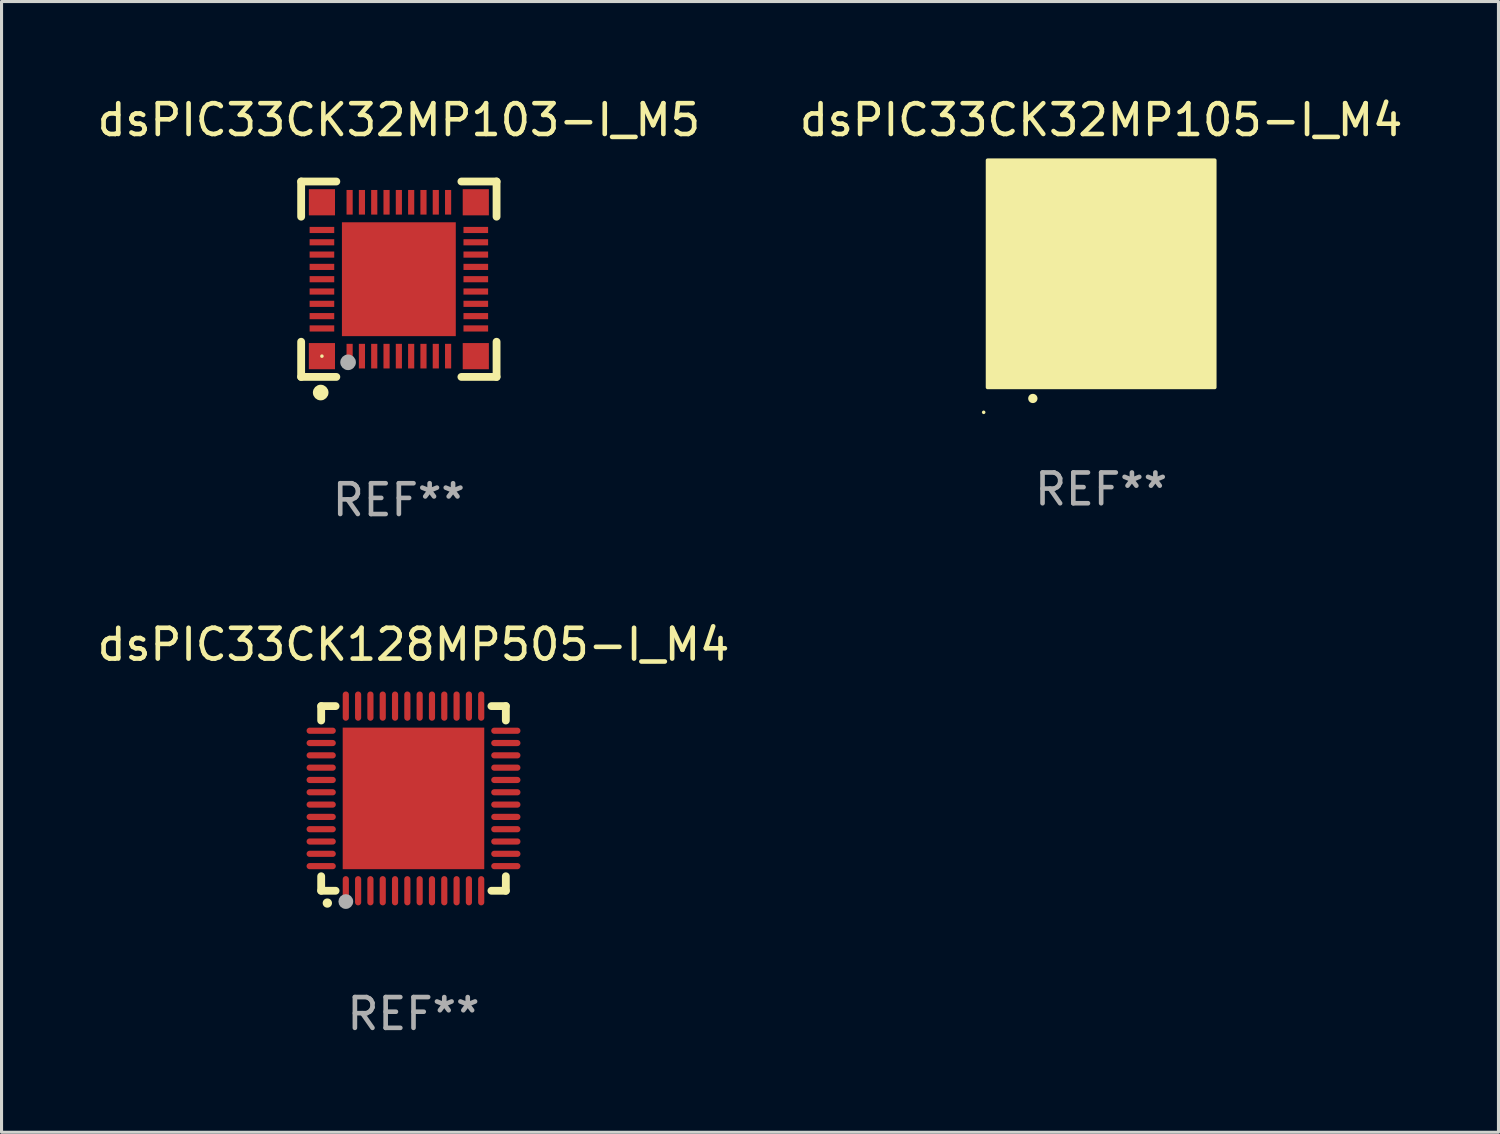
<source format=kicad_pcb>
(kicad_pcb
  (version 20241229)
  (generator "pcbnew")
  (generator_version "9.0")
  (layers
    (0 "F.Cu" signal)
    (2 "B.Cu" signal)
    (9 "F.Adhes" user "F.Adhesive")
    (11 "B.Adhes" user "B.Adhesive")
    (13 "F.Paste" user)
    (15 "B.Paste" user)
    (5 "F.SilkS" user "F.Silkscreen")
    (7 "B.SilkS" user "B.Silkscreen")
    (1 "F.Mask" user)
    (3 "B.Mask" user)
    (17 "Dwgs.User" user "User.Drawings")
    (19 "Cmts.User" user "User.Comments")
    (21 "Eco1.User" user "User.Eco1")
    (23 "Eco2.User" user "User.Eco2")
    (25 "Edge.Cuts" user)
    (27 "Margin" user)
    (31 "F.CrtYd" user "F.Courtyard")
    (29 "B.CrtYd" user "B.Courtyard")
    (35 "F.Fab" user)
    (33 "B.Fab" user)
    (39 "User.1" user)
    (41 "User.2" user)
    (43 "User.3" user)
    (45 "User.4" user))
  (footprint "dsPIC33CK32MP105-I_M4"
    (layer "F.Cu")
    (at 32.732 5.848)
    (property "Reference" "dsPIC33CK32MP105-I_M4" (at 0 -5 0) (layer "F.SilkS") (effects (font (size 1 1) (thickness 0.15))))
    (attr through_hole)
    (fp_arc (start -2.221158 4.050013) (mid -2.219888 4.050008) (end -2.218618 4.050013) (stroke (width 0.3) (type solid)) (layer "F.SilkS"))
    (fp_circle (center -3.817 4.5) (end -3.787 4.5) (stroke (width 0.06) (type solid)) (fill no) (layer "F.SilkS"))
    (fp_poly (pts (xy -3.69 -3.69) (xy 3.69 -3.69) (xy 3.69 3.69) (xy -3.69 3.69)) (stroke (width 0.12) (type solid)) (fill yes) (layer "F.SilkS"))
    (fp_text user "REF**" (at 0 7 0) (layer "F.Fab") (effects (font (size 1 1) (thickness 0.15))))
    (pad "1" smd oval (at -2.201 3) (size 0.2 0.95) (layers "F.Cu" "F.Mask" "F.Paste"))
    (pad "2" smd oval (at -1.8 3) (size 0.2 0.95) (layers "F.Cu" "F.Mask" "F.Paste"))
    (pad "3" smd oval (at -1.401 3) (size 0.2 0.95) (layers "F.Cu" "F.Mask" "F.Paste"))
    (pad "4" smd oval (at -0.999 3) (size 0.2 0.95) (layers "F.Cu" "F.Mask" "F.Paste"))
    (pad "5" smd oval (at -0.601 3) (size 0.2 0.95) (layers "F.Cu" "F.Mask" "F.Paste"))
    (pad "6" smd oval (at -0.199 3) (size 0.2 0.95) (layers "F.Cu" "F.Mask" "F.Paste"))
    (pad "7" smd oval (at 0.199 3) (size 0.2 0.95) (layers "F.Cu" "F.Mask" "F.Paste"))
    (pad "8" smd oval (at 0.601 3) (size 0.2 0.95) (layers "F.Cu" "F.Mask" "F.Paste"))
    (pad "9" smd oval (at 0.999 3) (size 0.2 0.95) (layers "F.Cu" "F.Mask" "F.Paste"))
    (pad "10" smd oval (at 1.401 3) (size 0.2 0.95) (layers "F.Cu" "F.Mask" "F.Paste"))
    (pad "11" smd oval (at 1.8 3) (size 0.2 0.95) (layers "F.Cu" "F.Mask" "F.Paste"))
    (pad "12" smd oval (at 2.201 3) (size 0.2 0.95) (layers "F.Cu" "F.Mask" "F.Paste"))
    (pad "13" smd oval (at 3 2.198 90) (size 0.2 0.95) (layers "F.Cu" "F.Mask" "F.Paste"))
    (pad "14" smd oval (at 3 1.8 90) (size 0.2 0.95) (layers "F.Cu" "F.Mask" "F.Paste"))
    (pad "15" smd oval (at 3 1.401 90) (size 0.2 0.95) (layers "F.Cu" "F.Mask" "F.Paste"))
    (pad "16" smd oval (at 3 0.999 90) (size 0.2 0.95) (layers "F.Cu" "F.Mask" "F.Paste"))
    (pad "17" smd oval (at 3 0.601 90) (size 0.2 0.95) (layers "F.Cu" "F.Mask" "F.Paste"))
    (pad "18" smd oval (at 3 0.199 90) (size 0.2 0.95) (layers "F.Cu" "F.Mask" "F.Paste"))
    (pad "19" smd oval (at 3 -0.199 90) (size 0.2 0.95) (layers "F.Cu" "F.Mask" "F.Paste"))
    (pad "20" smd oval (at 3 -0.601 90) (size 0.2 0.95) (layers "F.Cu" "F.Mask" "F.Paste"))
    (pad "21" smd oval (at 3 -0.999 90) (size 0.2 0.95) (layers "F.Cu" "F.Mask" "F.Paste"))
    (pad "22" smd oval (at 3 -1.401 90) (size 0.2 0.95) (layers "F.Cu" "F.Mask" "F.Paste"))
    (pad "23" smd oval (at 3 -1.8 90) (size 0.2 0.95) (layers "F.Cu" "F.Mask" "F.Paste"))
    (pad "24" smd oval (at 3 -2.201 90) (size 0.2 0.95) (layers "F.Cu" "F.Mask" "F.Paste"))
    (pad "25" smd oval (at 2.201 -3 180) (size 0.2 0.95) (layers "F.Cu" "F.Mask" "F.Paste"))
    (pad "26" smd oval (at 1.8 -3 180) (size 0.2 0.95) (layers "F.Cu" "F.Mask" "F.Paste"))
    (pad "27" smd oval (at 1.401 -3 180) (size 0.2 0.95) (layers "F.Cu" "F.Mask" "F.Paste"))
    (pad "28" smd oval (at 0.999 -3 180) (size 0.2 0.95) (layers "F.Cu" "F.Mask" "F.Paste"))
    (pad "29" smd oval (at 0.601 -3 180) (size 0.2 0.95) (layers "F.Cu" "F.Mask" "F.Paste"))
    (pad "30" smd oval (at 0.199 -3 180) (size 0.2 0.95) (layers "F.Cu" "F.Mask" "F.Paste"))
    (pad "31" smd oval (at -0.199 -3 180) (size 0.2 0.95) (layers "F.Cu" "F.Mask" "F.Paste"))
    (pad "32" smd oval (at -0.601 -3 180) (size 0.2 0.95) (layers "F.Cu" "F.Mask" "F.Paste"))
    (pad "33" smd oval (at -0.999 -3 180) (size 0.2 0.95) (layers "F.Cu" "F.Mask" "F.Paste"))
    (pad "34" smd oval (at -1.401 -3 180) (size 0.2 0.95) (layers "F.Cu" "F.Mask" "F.Paste"))
    (pad "35" smd oval (at -1.8 -3 180) (size 0.2 0.95) (layers "F.Cu" "F.Mask" "F.Paste"))
    (pad "36" smd oval (at -2.201 -3 180) (size 0.2 0.95) (layers "F.Cu" "F.Mask" "F.Paste"))
    (pad "37" smd oval (at -3 -2.201 270) (size 0.2 0.95) (layers "F.Cu" "F.Mask" "F.Paste"))
    (pad "38" smd oval (at -3 -1.8 270) (size 0.2 0.95) (layers "F.Cu" "F.Mask" "F.Paste"))
    (pad "39" smd oval (at -3 -1.401 270) (size 0.2 0.95) (layers "F.Cu" "F.Mask" "F.Paste"))
    (pad "40" smd oval (at -3 -0.999 270) (size 0.2 0.95) (layers "F.Cu" "F.Mask" "F.Paste"))
    (pad "41" smd oval (at -3 -0.601 270) (size 0.2 0.95) (layers "F.Cu" "F.Mask" "F.Paste"))
    (pad "42" smd oval (at -3 -0.199 270) (size 0.2 0.95) (layers "F.Cu" "F.Mask" "F.Paste"))
    (pad "43" smd oval (at -3 0.199 270) (size 0.2 0.95) (layers "F.Cu" "F.Mask" "F.Paste"))
    (pad "44" smd oval (at -3 0.601 270) (size 0.2 0.95) (layers "F.Cu" "F.Mask" "F.Paste"))
    (pad "45" smd oval (at -3 0.999 270) (size 0.2 0.95) (layers "F.Cu" "F.Mask" "F.Paste"))
    (pad "46" smd oval (at -3 1.401 270) (size 0.2 0.95) (layers "F.Cu" "F.Mask" "F.Paste"))
    (pad "47" smd oval (at -3 1.8 270) (size 0.2 0.95) (layers "F.Cu" "F.Mask" "F.Paste"))
    (pad "48" smd oval (at -3 2.198 270) (size 0.2 0.95) (layers "F.Cu" "F.Mask" "F.Paste"))
    (pad "49" smd rect (at -3 -3 90) (size 0.9 0.9) (layers "F.Cu" "F.Mask" "F.Paste"))
    (pad "49" smd rect (at -3 3 90) (size 0.9 0.9) (layers "F.Cu" "F.Mask" "F.Paste"))
    (pad "49" smd rect (at -0.001 -0.001 90) (size 4.6 4.6) (layers "F.Cu" "F.Mask" "F.Paste"))
    (pad "49" smd rect (at 3 -3 90) (size 0.9 0.9) (layers "F.Cu" "F.Mask" "F.Paste"))
    (pad "49" smd rect (at 3 3 90) (size 0.9 0.9) (layers "F.Cu" "F.Mask" "F.Paste")))
  (footprint "dsPIC33CK128MP505-I_M4"
    (layer "F.Cu")
    (at 10.387 22.895)
    (property "Reference" "dsPIC33CK128MP505-I_M4" (at 0 -5 0) (layer "F.SilkS") (effects (font (size 1 1) (thickness 0.15))))
    (attr through_hole)
    (fp_line (start -3 -3) (end -2.532 -3) (stroke (width 0.254) (type solid)) (layer "F.SilkS"))
    (fp_line (start -3 -2.532) (end -3 -3) (stroke (width 0.254) (type solid)) (layer "F.SilkS"))
    (fp_line (start -3 3) (end -3 2.529) (stroke (width 0.254) (type solid)) (layer "F.SilkS"))
    (fp_line (start -2.532 3) (end -3 3) (stroke (width 0.254) (type solid)) (layer "F.SilkS"))
    (fp_line (start 2.532 -3) (end 3 -3) (stroke (width 0.254) (type solid)) (layer "F.SilkS"))
    (fp_line (start 3 -3) (end 3 -2.532) (stroke (width 0.254) (type solid)) (layer "F.SilkS"))
    (fp_line (start 3 2.529) (end 3 3) (stroke (width 0.254) (type solid)) (layer "F.SilkS"))
    (fp_line (start 3 3) (end 2.532 3) (stroke (width 0.254) (type solid)) (layer "F.SilkS"))
    (fp_arc (start -2.801295 3.400025) (mid -2.800025 3.40002) (end -2.798755 3.400025) (stroke (width 0.3) (type solid)) (layer "F.SilkS"))
    (fp_circle (center -3 3) (end -2.97 3) (stroke (width 0.06) (type solid)) (fill no) (layer "F.SilkS"))
    (fp_circle (center -2.2 3.35) (end -2.08 3.35) (stroke (width 0.24) (type solid)) (fill no) (layer "F.Fab"))
    (fp_text user "REF**" (at 0 7 0) (layer "F.Fab") (effects (font (size 1 1) (thickness 0.15))))
    (pad "1" smd oval (at -2.2 3) (size 0.2 0.95) (layers "F.Cu" "F.Mask" "F.Paste"))
    (pad "2" smd oval (at -1.8 3) (size 0.2 0.95) (layers "F.Cu" "F.Mask" "F.Paste"))
    (pad "3" smd oval (at -1.4 3) (size 0.2 0.95) (layers "F.Cu" "F.Mask" "F.Paste"))
    (pad "4" smd oval (at -1 3) (size 0.2 0.95) (layers "F.Cu" "F.Mask" "F.Paste"))
    (pad "5" smd oval (at -0.6 3) (size 0.2 0.95) (layers "F.Cu" "F.Mask" "F.Paste"))
    (pad "6" smd oval (at -0.2 3) (size 0.2 0.95) (layers "F.Cu" "F.Mask" "F.Paste"))
    (pad "7" smd oval (at 0.2 3) (size 0.2 0.95) (layers "F.Cu" "F.Mask" "F.Paste"))
    (pad "8" smd oval (at 0.6 3) (size 0.2 0.95) (layers "F.Cu" "F.Mask" "F.Paste"))
    (pad "9" smd oval (at 1 3) (size 0.2 0.95) (layers "F.Cu" "F.Mask" "F.Paste"))
    (pad "10" smd oval (at 1.4 3) (size 0.2 0.95) (layers "F.Cu" "F.Mask" "F.Paste"))
    (pad "11" smd oval (at 1.8 3) (size 0.2 0.95) (layers "F.Cu" "F.Mask" "F.Paste"))
    (pad "12" smd oval (at 2.2 3) (size 0.2 0.95) (layers "F.Cu" "F.Mask" "F.Paste"))
    (pad "13" smd oval (at 3 2.2 90) (size 0.2 0.95) (layers "F.Cu" "F.Mask" "F.Paste"))
    (pad "14" smd oval (at 3 1.8 90) (size 0.2 0.95) (layers "F.Cu" "F.Mask" "F.Paste"))
    (pad "15" smd oval (at 3 1.4 90) (size 0.2 0.95) (layers "F.Cu" "F.Mask" "F.Paste"))
    (pad "16" smd oval (at 3 1 90) (size 0.2 0.95) (layers "F.Cu" "F.Mask" "F.Paste"))
    (pad "17" smd oval (at 3 0.6 90) (size 0.2 0.95) (layers "F.Cu" "F.Mask" "F.Paste"))
    (pad "18" smd oval (at 3 0.2 90) (size 0.2 0.95) (layers "F.Cu" "F.Mask" "F.Paste"))
    (pad "19" smd oval (at 3 -0.2 90) (size 0.2 0.95) (layers "F.Cu" "F.Mask" "F.Paste"))
    (pad "20" smd oval (at 3 -0.6 90) (size 0.2 0.95) (layers "F.Cu" "F.Mask" "F.Paste"))
    (pad "21" smd oval (at 3 -1 90) (size 0.2 0.95) (layers "F.Cu" "F.Mask" "F.Paste"))
    (pad "22" smd oval (at 3 -1.4 90) (size 0.2 0.95) (layers "F.Cu" "F.Mask" "F.Paste"))
    (pad "23" smd oval (at 3 -1.8 90) (size 0.2 0.95) (layers "F.Cu" "F.Mask" "F.Paste"))
    (pad "24" smd oval (at 3 -2.2 90) (size 0.2 0.95) (layers "F.Cu" "F.Mask" "F.Paste"))
    (pad "25" smd oval (at 2.2 -3 180) (size 0.2 0.95) (layers "F.Cu" "F.Mask" "F.Paste"))
    (pad "26" smd oval (at 1.8 -3 180) (size 0.2 0.95) (layers "F.Cu" "F.Mask" "F.Paste"))
    (pad "27" smd oval (at 1.4 -3 180) (size 0.2 0.95) (layers "F.Cu" "F.Mask" "F.Paste"))
    (pad "28" smd oval (at 1 -3 180) (size 0.2 0.95) (layers "F.Cu" "F.Mask" "F.Paste"))
    (pad "29" smd oval (at 0.6 -3 180) (size 0.2 0.95) (layers "F.Cu" "F.Mask" "F.Paste"))
    (pad "30" smd oval (at 0.2 -3 180) (size 0.2 0.95) (layers "F.Cu" "F.Mask" "F.Paste"))
    (pad "31" smd oval (at -0.2 -3 180) (size 0.2 0.95) (layers "F.Cu" "F.Mask" "F.Paste"))
    (pad "32" smd oval (at -0.6 -3 180) (size 0.2 0.95) (layers "F.Cu" "F.Mask" "F.Paste"))
    (pad "33" smd oval (at -1 -3 180) (size 0.2 0.95) (layers "F.Cu" "F.Mask" "F.Paste"))
    (pad "34" smd oval (at -1.4 -3 180) (size 0.2 0.95) (layers "F.Cu" "F.Mask" "F.Paste"))
    (pad "35" smd oval (at -1.8 -3 180) (size 0.2 0.95) (layers "F.Cu" "F.Mask" "F.Paste"))
    (pad "36" smd oval (at -2.2 -3 180) (size 0.2 0.95) (layers "F.Cu" "F.Mask" "F.Paste"))
    (pad "37" smd oval (at -3 -2.2 270) (size 0.2 0.95) (layers "F.Cu" "F.Mask" "F.Paste"))
    (pad "38" smd oval (at -3 -1.8 270) (size 0.2 0.95) (layers "F.Cu" "F.Mask" "F.Paste"))
    (pad "39" smd oval (at -3 -1.4 270) (size 0.2 0.95) (layers "F.Cu" "F.Mask" "F.Paste"))
    (pad "40" smd oval (at -3 -1 270) (size 0.2 0.95) (layers "F.Cu" "F.Mask" "F.Paste"))
    (pad "41" smd oval (at -3 -0.6 270) (size 0.2 0.95) (layers "F.Cu" "F.Mask" "F.Paste"))
    (pad "42" smd oval (at -3 -0.2 270) (size 0.2 0.95) (layers "F.Cu" "F.Mask" "F.Paste"))
    (pad "43" smd oval (at -3 0.2 270) (size 0.2 0.95) (layers "F.Cu" "F.Mask" "F.Paste"))
    (pad "44" smd oval (at -3 0.6 270) (size 0.2 0.95) (layers "F.Cu" "F.Mask" "F.Paste"))
    (pad "45" smd oval (at -3 1 270) (size 0.2 0.95) (layers "F.Cu" "F.Mask" "F.Paste"))
    (pad "46" smd oval (at -3 1.4 270) (size 0.2 0.95) (layers "F.Cu" "F.Mask" "F.Paste"))
    (pad "47" smd oval (at -3 1.8 270) (size 0.2 0.95) (layers "F.Cu" "F.Mask" "F.Paste"))
    (pad "48" smd oval (at -3 2.2 270) (size 0.2 0.95) (layers "F.Cu" "F.Mask" "F.Paste"))
    (pad "49" smd rect (at -0.001 -0.001 180) (size 4.6 4.6) (layers "F.Cu" "F.Mask" "F.Paste")))
  (footprint "dsPIC33CK32MP103-I_M5"
    (layer "F.Cu")
    (at 9.911 6.023)
    (property "Reference" "dsPIC33CK32MP103-I_M5" (at 0 -5.175 0) (layer "F.SilkS") (effects (font (size 1 1) (thickness 0.15))))
    (attr through_hole)
    (fp_line (start -3.175 -3.175) (end -2.032 -3.175) (stroke (width 0.254) (type solid)) (layer "F.SilkS"))
    (fp_line (start -3.175 -2.032) (end -3.175 -3.175) (stroke (width 0.254) (type solid)) (layer "F.SilkS"))
    (fp_line (start -3.175 3.175) (end -3.175 2.032) (stroke (width 0.254) (type solid)) (layer "F.SilkS"))
    (fp_line (start -2.032 3.175) (end -3.175 3.175) (stroke (width 0.254) (type solid)) (layer "F.SilkS"))
    (fp_line (start 2.032 -3.175) (end 3.175 -3.175) (stroke (width 0.254) (type solid)) (layer "F.SilkS"))
    (fp_line (start 3.175 -3.175) (end 3.175 -2.032) (stroke (width 0.254) (type solid)) (layer "F.SilkS"))
    (fp_line (start 3.175 2.032) (end 3.175 3.175) (stroke (width 0.254) (type solid)) (layer "F.SilkS"))
    (fp_line (start 3.175 3.175) (end 2.032 3.175) (stroke (width 0.254) (type solid)) (layer "F.SilkS"))
    (fp_circle (center -2.54 3.683) (end -2.413 3.683) (stroke (width 0.254) (type solid)) (fill no) (layer "F.SilkS"))
    (fp_circle (center -2.5 2.5) (end -2.47 2.5) (stroke (width 0.06) (type solid)) (fill no) (layer "F.SilkS"))
    (fp_circle (center -1.65 2.7) (end -1.523 2.7) (stroke (width 0.254) (type solid)) (fill no) (layer "F.Fab"))
    (fp_text user "REF**" (at 0 7.175 0) (layer "F.Fab") (effects (font (size 1 1) (thickness 0.15))))
    (pad "1" smd rect (at -1.6 2.5) (size 0.2 0.8) (layers "F.Cu" "F.Mask" "F.Paste"))
    (pad "2" smd rect (at -1.2 2.5) (size 0.2 0.8) (layers "F.Cu" "F.Mask" "F.Paste"))
    (pad "3" smd rect (at -0.8 2.5) (size 0.2 0.8) (layers "F.Cu" "F.Mask" "F.Paste"))
    (pad "4" smd rect (at -0.4 2.5) (size 0.2 0.8) (layers "F.Cu" "F.Mask" "F.Paste"))
    (pad "5" smd rect (at -0.000051 2.5) (size 0.2 0.8) (layers "F.Cu" "F.Mask" "F.Paste"))
    (pad "6" smd rect (at 0.4 2.5) (size 0.2 0.8) (layers "F.Cu" "F.Mask" "F.Paste"))
    (pad "7" smd rect (at 0.8 2.5) (size 0.2 0.8) (layers "F.Cu" "F.Mask" "F.Paste"))
    (pad "8" smd rect (at 1.2 2.5) (size 0.2 0.8) (layers "F.Cu" "F.Mask" "F.Paste"))
    (pad "9" smd rect (at 1.6 2.5) (size 0.2 0.8) (layers "F.Cu" "F.Mask" "F.Paste"))
    (pad "10" smd rect (at 2.5 1.6 90) (size 0.2 0.8) (layers "F.Cu" "F.Mask" "F.Paste"))
    (pad "11" smd rect (at 2.5 1.2 90) (size 0.2 0.8) (layers "F.Cu" "F.Mask" "F.Paste"))
    (pad "12" smd rect (at 2.5 0.8 90) (size 0.2 0.8) (layers "F.Cu" "F.Mask" "F.Paste"))
    (pad "13" smd rect (at 2.5 0.4 90) (size 0.2 0.8) (layers "F.Cu" "F.Mask" "F.Paste"))
    (pad "14" smd rect (at 2.5 -0.000051 90) (size 0.2 0.8) (layers "F.Cu" "F.Mask" "F.Paste"))
    (pad "15" smd rect (at 2.5 -0.4 90) (size 0.2 0.8) (layers "F.Cu" "F.Mask" "F.Paste"))
    (pad "16" smd rect (at 2.5 -0.8 90) (size 0.2 0.8) (layers "F.Cu" "F.Mask" "F.Paste"))
    (pad "17" smd rect (at 2.5 -1.2 90) (size 0.2 0.8) (layers "F.Cu" "F.Mask" "F.Paste"))
    (pad "18" smd rect (at 2.5 -1.6 90) (size 0.2 0.8) (layers "F.Cu" "F.Mask" "F.Paste"))
    (pad "19" smd rect (at 1.6 -2.5 180) (size 0.2 0.8) (layers "F.Cu" "F.Mask" "F.Paste"))
    (pad "20" smd rect (at 1.2 -2.5 180) (size 0.2 0.8) (layers "F.Cu" "F.Mask" "F.Paste"))
    (pad "21" smd rect (at 0.8 -2.5 180) (size 0.2 0.8) (layers "F.Cu" "F.Mask" "F.Paste"))
    (pad "22" smd rect (at 0.4 -2.5 180) (size 0.2 0.8) (layers "F.Cu" "F.Mask" "F.Paste"))
    (pad "23" smd rect (at -0.000051 -2.5 180) (size 0.2 0.8) (layers "F.Cu" "F.Mask" "F.Paste"))
    (pad "24" smd rect (at -0.4 -2.5 180) (size 0.2 0.8) (layers "F.Cu" "F.Mask" "F.Paste"))
    (pad "25" smd rect (at -0.8 -2.5 180) (size 0.2 0.8) (layers "F.Cu" "F.Mask" "F.Paste"))
    (pad "26" smd rect (at -1.2 -2.5 180) (size 0.2 0.8) (layers "F.Cu" "F.Mask" "F.Paste"))
    (pad "27" smd rect (at -1.6 -2.5 180) (size 0.2 0.8) (layers "F.Cu" "F.Mask" "F.Paste"))
    (pad "28" smd rect (at -2.5 -1.6 270) (size 0.2 0.8) (layers "F.Cu" "F.Mask" "F.Paste"))
    (pad "29" smd rect (at -2.5 -1.2 270) (size 0.2 0.8) (layers "F.Cu" "F.Mask" "F.Paste"))
    (pad "30" smd rect (at -2.5 -0.8 270) (size 0.2 0.8) (layers "F.Cu" "F.Mask" "F.Paste"))
    (pad "31" smd rect (at -2.5 -0.4 270) (size 0.2 0.8) (layers "F.Cu" "F.Mask" "F.Paste"))
    (pad "32" smd rect (at -2.5 -0.000051 270) (size 0.2 0.8) (layers "F.Cu" "F.Mask" "F.Paste"))
    (pad "33" smd rect (at -2.5 0.4 270) (size 0.2 0.8) (layers "F.Cu" "F.Mask" "F.Paste"))
    (pad "34" smd rect (at -2.5 0.8 270) (size 0.2 0.8) (layers "F.Cu" "F.Mask" "F.Paste"))
    (pad "35" smd rect (at -2.5 1.2 270) (size 0.2 0.8) (layers "F.Cu" "F.Mask" "F.Paste"))
    (pad "36" smd rect (at -2.5 1.6 270) (size 0.2 0.8) (layers "F.Cu" "F.Mask" "F.Paste"))
    (pad "37" smd rect (at -2.5 -2.5) (size 0.85 0.85) (layers "F.Cu" "F.Mask" "F.Paste"))
    (pad "37" smd rect (at -2.5 2.5) (size 0.85 0.85) (layers "F.Cu" "F.Mask" "F.Paste"))
    (pad "37" smd rect (at -0.000051 -0.000051) (size 3.7 3.7) (layers "F.Cu" "F.Mask" "F.Paste"))
    (pad "37" smd rect (at 2.5 -2.5) (size 0.85 0.85) (layers "F.Cu" "F.Mask" "F.Paste"))
    (pad "37" smd rect (at 2.5 2.5) (size 0.85 0.85) (layers "F.Cu" "F.Mask" "F.Paste")))
  (gr_rect
    (start -3 -3)
    (end 45.643 33.743)
    (stroke (width 0.1) (type default))
    (fill no)
    (layer "Edge.Cuts")))
</source>
